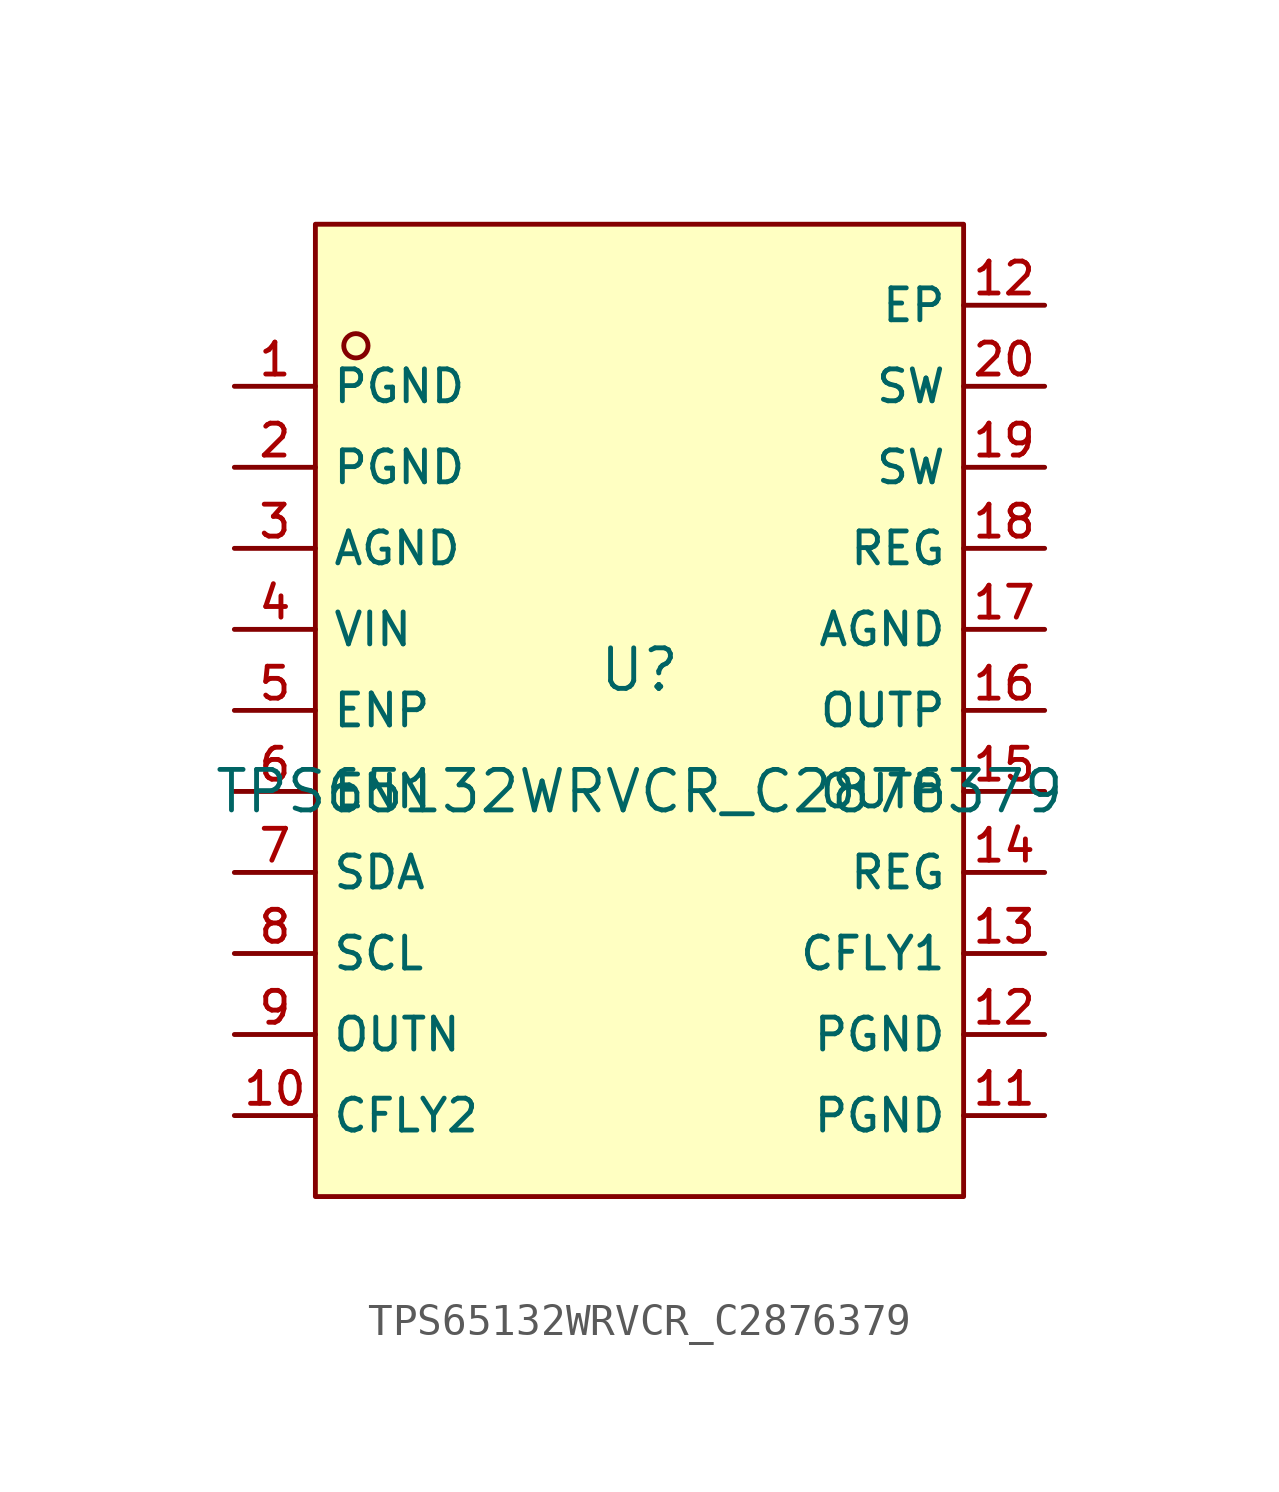
<source format=kicad_sym>
(kicad_symbol_lib
  (version 20210201)
  (generator TousstNicolas/JLC2KiCad_lib)
  (symbol "TPS65132WRVCR_C2876379"
    (property "Reference" "U"
      (at 0 1.27 0)
      (effects (font (size 1.27 1.27))))
    (property "Value" "TPS65132WRVCR_C2876379"
      (at 0 -2.54 0)
      (effects (font (size 1.27 1.27))))
    (symbol "TPS65132WRVCR_C2876379_0_1"
      (pin unspecified line (at 12.7 12.7 180) (length 2.54) (name "EP" (effects (font (size 1 1)))) (number "12" (effects (font (size 1 1)))))
      (pin unspecified line (at 12.7 10.16 180) (length 2.54) (name "SW" (effects (font (size 1 1)))) (number "20" (effects (font (size 1 1)))))
      (pin unspecified line (at 12.7 7.62 180) (length 2.54) (name "SW" (effects (font (size 1 1)))) (number "19" (effects (font (size 1 1)))))
      (pin unspecified line (at 12.7 5.08 180) (length 2.54) (name "REG" (effects (font (size 1 1)))) (number "18" (effects (font (size 1 1)))))
      (pin unspecified line (at 12.7 2.54 180) (length 2.54) (name "AGND" (effects (font (size 1 1)))) (number "17" (effects (font (size 1 1)))))
      (pin unspecified line (at 12.7 -0.0 180) (length 2.54) (name "OUTP" (effects (font (size 1 1)))) (number "16" (effects (font (size 1 1)))))
      (pin unspecified line (at 12.7 -2.54 180) (length 2.54) (name "OUTP" (effects (font (size 1 1)))) (number "15" (effects (font (size 1 1)))))
      (pin unspecified line (at 12.7 -5.08 180) (length 2.54) (name "REG" (effects (font (size 1 1)))) (number "14" (effects (font (size 1 1)))))
      (pin unspecified line (at 12.7 -7.62 180) (length 2.54) (name "CFLY1" (effects (font (size 1 1)))) (number "13" (effects (font (size 1 1)))))
      (pin unspecified line (at 12.7 -10.16 180) (length 2.54) (name "PGND" (effects (font (size 1 1)))) (number "12" (effects (font (size 1 1)))))
      (pin unspecified line (at 12.7 -12.7 180) (length 2.54) (name "PGND" (effects (font (size 1 1)))) (number "11" (effects (font (size 1 1)))))
      (pin unspecified line (at -12.7 -12.7 0) (length 2.54) (name "CFLY2" (effects (font (size 1 1)))) (number "10" (effects (font (size 1 1)))))
      (pin unspecified line (at -12.7 -10.16 0) (length 2.54) (name "OUTN" (effects (font (size 1 1)))) (number "9" (effects (font (size 1 1)))))
      (pin unspecified line (at -12.7 -7.62 0) (length 2.54) (name "SCL" (effects (font (size 1 1)))) (number "8" (effects (font (size 1 1)))))
      (pin unspecified line (at -12.7 -5.08 0) (length 2.54) (name "SDA" (effects (font (size 1 1)))) (number "7" (effects (font (size 1 1)))))
      (pin unspecified line (at -12.7 -2.54 0) (length 2.54) (name "ENN" (effects (font (size 1 1)))) (number "6" (effects (font (size 1 1)))))
      (pin unspecified line (at -12.7 -0.0 0) (length 2.54) (name "ENP" (effects (font (size 1 1)))) (number "5" (effects (font (size 1 1)))))
      (pin unspecified line (at -12.7 2.54 0) (length 2.54) (name "VIN" (effects (font (size 1 1)))) (number "4" (effects (font (size 1 1)))))
      (pin unspecified line (at -12.7 5.08 0) (length 2.54) (name "AGND" (effects (font (size 1 1)))) (number "3" (effects (font (size 1 1)))))
      (pin unspecified line (at -12.7 7.62 0) (length 2.54) (name "PGND" (effects (font (size 1 1)))) (number "2" (effects (font (size 1 1)))))
      (pin unspecified line (at -12.7 10.16 0) (length 2.54) (name "PGND" (effects (font (size 1 1)))) (number "1" (effects (font (size 1 1)))))
      (circle (center -8.89 11.43) (radius 0.381) (stroke (width 0) (type default) (color 0 0 0 0)) (fill (type background)))
      (rectangle (start -10.16 15.24) (end 10.16 -15.24) (stroke (width 0) (type default) (color 0 0 0 0)) (fill (type background))))))
</source>
